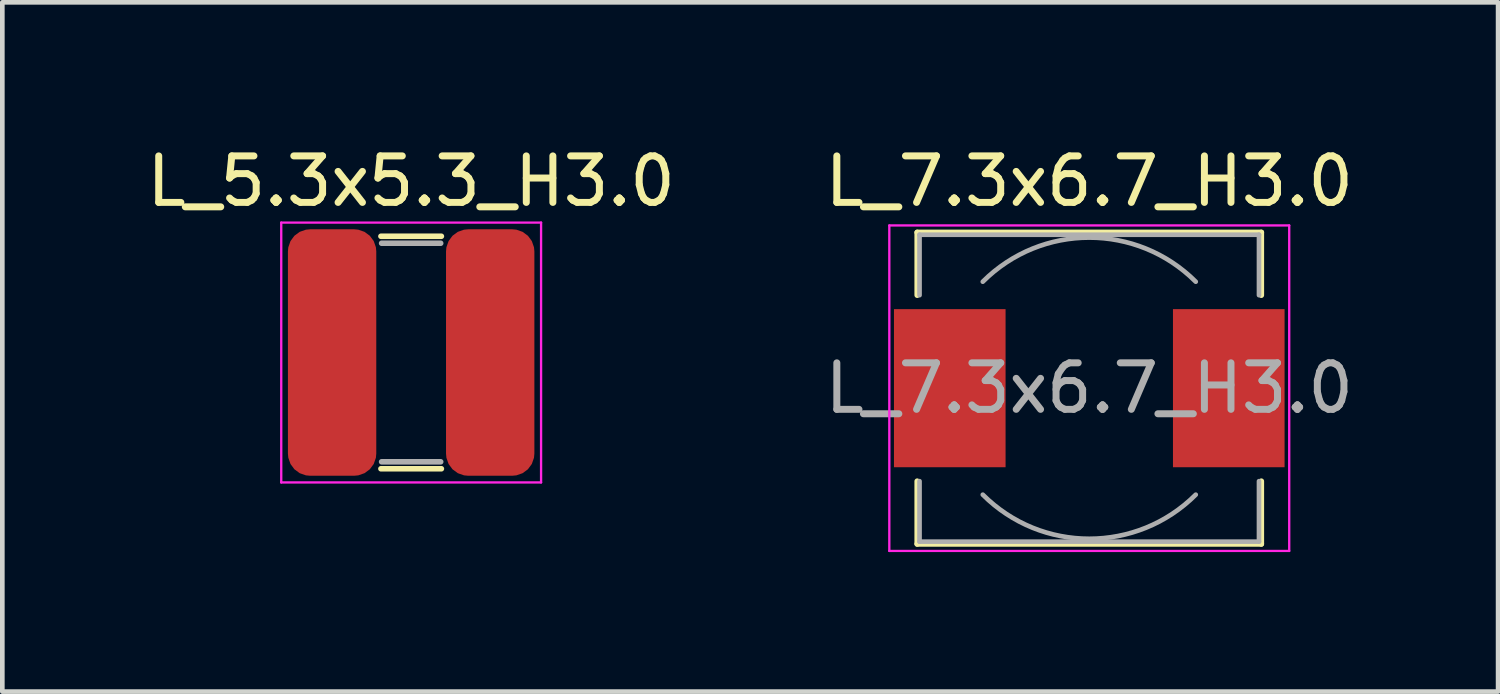
<source format=kicad_pcb>
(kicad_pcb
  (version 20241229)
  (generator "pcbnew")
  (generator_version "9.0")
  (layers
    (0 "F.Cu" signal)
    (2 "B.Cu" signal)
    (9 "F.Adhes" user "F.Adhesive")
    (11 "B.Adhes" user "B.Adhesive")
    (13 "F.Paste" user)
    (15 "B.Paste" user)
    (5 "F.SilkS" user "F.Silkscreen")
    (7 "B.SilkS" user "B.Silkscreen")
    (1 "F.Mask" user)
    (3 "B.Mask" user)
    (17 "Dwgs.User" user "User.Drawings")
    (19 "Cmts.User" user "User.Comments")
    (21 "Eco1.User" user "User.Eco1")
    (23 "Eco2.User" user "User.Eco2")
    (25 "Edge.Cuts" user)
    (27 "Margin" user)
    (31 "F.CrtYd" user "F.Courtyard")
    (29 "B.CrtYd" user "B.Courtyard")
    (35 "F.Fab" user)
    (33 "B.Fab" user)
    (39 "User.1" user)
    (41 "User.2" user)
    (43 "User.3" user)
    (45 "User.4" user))
  (footprint "L_7.3x6.7_H3.0"
    (layer "F.Cu")
    (at 20.375 5.298)
    (property "Reference" "L_7.3x6.7_H3.0" (at 0 -4.45 0) (layer "F.SilkS") (effects (font (size 1 1) (thickness 0.15))))
    (attr smd)
    (fp_line (start -3.7 -3.35) (end 3.7 -3.35) (stroke (width 0.12) (type solid)) (layer "F.SilkS"))
    (fp_line (start -3.7 -2) (end -3.7 -3.35) (stroke (width 0.12) (type solid)) (layer "F.SilkS"))
    (fp_line (start -3.7 3.35) (end -3.7 2) (stroke (width 0.12) (type solid)) (layer "F.SilkS"))
    (fp_line (start 3.7 -3.35) (end 3.7 -2) (stroke (width 0.12) (type solid)) (layer "F.SilkS"))
    (fp_line (start 3.7 2) (end 3.7 3.35) (stroke (width 0.12) (type solid)) (layer "F.SilkS"))
    (fp_line (start 3.7 3.35) (end -3.7 3.35) (stroke (width 0.12) (type solid)) (layer "F.SilkS"))
    (fp_line (start -4.3 -3.5) (end -4.3 3.5) (stroke (width 0.05) (type solid)) (layer "F.CrtYd"))
    (fp_line (start -4.3 3.5) (end 4.3 3.5) (stroke (width 0.05) (type solid)) (layer "F.CrtYd"))
    (fp_line (start 4.3 -3.5) (end -4.3 -3.5) (stroke (width 0.05) (type solid)) (layer "F.CrtYd"))
    (fp_line (start 4.3 3.5) (end 4.3 -3.5) (stroke (width 0.05) (type solid)) (layer "F.CrtYd"))
    (fp_line (start -3.65 -3.3) (end -3.65 -2) (stroke (width 0.1) (type solid)) (layer "F.Fab"))
    (fp_line (start -3.65 -3.3) (end 3.65 -3.3) (stroke (width 0.1) (type solid)) (layer "F.Fab"))
    (fp_line (start -3.65 3.3) (end -3.65 2) (stroke (width 0.1) (type solid)) (layer "F.Fab"))
    (fp_line (start 3.65 -3.3) (end 3.65 -2) (stroke (width 0.1) (type solid)) (layer "F.Fab"))
    (fp_line (start 3.65 3.3) (end -3.65 3.3) (stroke (width 0.1) (type solid)) (layer "F.Fab"))
    (fp_line (start 3.65 3.3) (end 3.65 2) (stroke (width 0.1) (type solid)) (layer "F.Fab"))
    (fp_arc (start -2.29 -2.29) (mid 0 -3.238549) (end 2.29 -2.29) (stroke (width 0.1) (type solid)) (layer "F.Fab"))
    (fp_arc (start 2.29 2.29) (mid 0 3.238549) (end -2.29 2.29) (stroke (width 0.1) (type solid)) (layer "F.Fab"))
    (fp_text user "${REFERENCE}" (at 0 0 0) (layer "F.Fab") (effects (font (size 1 1) (thickness 0.15))))
    (pad "1" smd rect (at -3 0) (size 2.4 3.4) (layers "F.Cu" "F.Mask" "F.Paste"))
    (pad "2" smd rect (at 3 0) (size 2.4 3.4) (layers "F.Cu" "F.Mask" "F.Paste")))
  (footprint "L_5.3x5.3_H3.0"
    (layer "F.Cu")
    (at 5.792 4.531)
    (property "Reference" "L_5.3x5.3_H3.0" (at 0 -3.683 0) (layer "F.SilkS") (effects (font (size 1 1) (thickness 0.15))))
    (attr smd)
    (fp_line (start -0.65 -2.5) (end 0.65 -2.5) (stroke (width 0.12) (type solid)) (layer "F.SilkS"))
    (fp_line (start -0.65 2.5) (end 0.65 2.5) (stroke (width 0.12) (type solid)) (layer "F.SilkS"))
    (fp_line (start -2.794 -2.794) (end 2.794 -2.794) (stroke (width 0.05) (type solid)) (layer "F.CrtYd"))
    (fp_line (start -2.794 2.794) (end -2.794 -2.794) (stroke (width 0.05) (type solid)) (layer "F.CrtYd"))
    (fp_line (start 2.794 -2.794) (end 2.794 2.794) (stroke (width 0.05) (type solid)) (layer "F.CrtYd"))
    (fp_line (start 2.794 2.794) (end -2.794 2.794) (stroke (width 0.05) (type solid)) (layer "F.CrtYd"))
    (fp_line (start -0.635 -2.35) (end 0.635 -2.35) (stroke (width 0.12) (type solid)) (layer "F.Fab"))
    (fp_line (start -0.635 2.35) (end 0.635 2.35) (stroke (width 0.12) (type solid)) (layer "F.Fab"))
    (pad "1" smd roundrect (at -1.7 0) (size 1.9 5.3) (layers "F.Cu" "F.Mask" "F.Paste") (roundrect_rratio 0.25))
    (pad "2" smd roundrect (at 1.7 0) (size 1.9 5.3) (layers "F.Cu" "F.Mask" "F.Paste") (roundrect_rratio 0.25)))
  (gr_rect
    (start -3 -3)
    (end 29.167 11.823)
    (stroke (width 0.1) (type default))
    (fill no)
    (layer "Edge.Cuts")))
</source>
